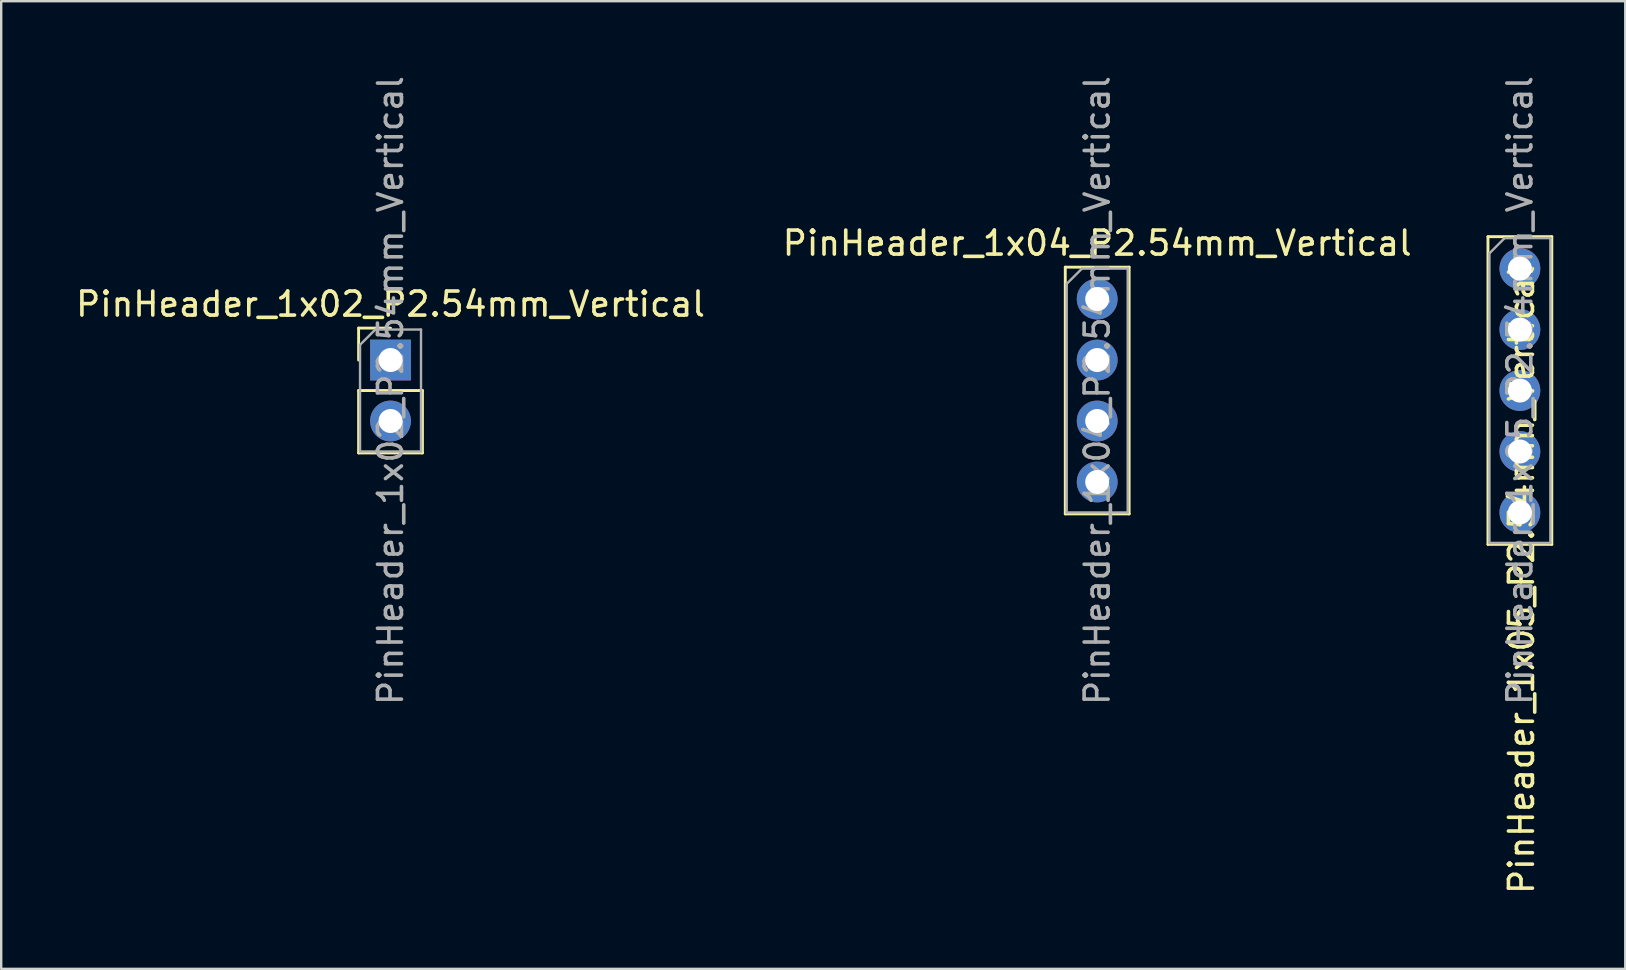
<source format=kicad_pcb>
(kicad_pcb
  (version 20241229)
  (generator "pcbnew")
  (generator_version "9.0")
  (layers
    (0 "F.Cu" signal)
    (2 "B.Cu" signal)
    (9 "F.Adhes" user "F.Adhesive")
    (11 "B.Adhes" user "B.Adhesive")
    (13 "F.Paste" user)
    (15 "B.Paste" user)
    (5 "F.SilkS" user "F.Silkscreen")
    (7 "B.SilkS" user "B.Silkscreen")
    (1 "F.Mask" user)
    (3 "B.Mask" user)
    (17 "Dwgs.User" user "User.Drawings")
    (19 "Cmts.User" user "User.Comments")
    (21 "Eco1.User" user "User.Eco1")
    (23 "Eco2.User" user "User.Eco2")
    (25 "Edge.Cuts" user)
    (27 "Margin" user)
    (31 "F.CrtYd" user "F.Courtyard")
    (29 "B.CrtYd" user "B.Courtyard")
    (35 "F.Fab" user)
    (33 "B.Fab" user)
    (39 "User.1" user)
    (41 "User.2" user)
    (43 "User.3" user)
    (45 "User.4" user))
  (footprint "PinHeader_1x02_P2.54mm_Vertical"
    (layer "F.Cu")
    (at 13.22 11.95)
    (property "Reference" "PinHeader_1x02_P2.54mm_Vertical" (at 0 -2.33 0) (layer "F.SilkS") (effects (font (size 1 1) (thickness 0.15))))
    (attr through_hole)
    (fp_line (start -1.33 -1.33) (end 0 -1.33) (stroke (width 0.12) (type solid)) (layer "F.SilkS"))
    (fp_line (start -1.33 0) (end -1.33 -1.33) (stroke (width 0.12) (type solid)) (layer "F.SilkS"))
    (fp_line (start -1.33 1.27) (end -1.33 3.87) (stroke (width 0.12) (type solid)) (layer "F.SilkS"))
    (fp_line (start -1.33 1.27) (end 1.33 1.27) (stroke (width 0.12) (type solid)) (layer "F.SilkS"))
    (fp_line (start -1.33 3.87) (end 1.33 3.87) (stroke (width 0.12) (type solid)) (layer "F.SilkS"))
    (fp_line (start 1.33 1.27) (end 1.33 3.87) (stroke (width 0.12) (type solid)) (layer "F.SilkS"))
    (fp_line (start -1.27 -0.635) (end -0.635 -1.27) (stroke (width 0.1) (type solid)) (layer "F.Fab"))
    (fp_line (start -1.27 3.81) (end -1.27 -0.635) (stroke (width 0.1) (type solid)) (layer "F.Fab"))
    (fp_line (start -0.635 -1.27) (end 1.27 -1.27) (stroke (width 0.1) (type solid)) (layer "F.Fab"))
    (fp_line (start 1.27 -1.27) (end 1.27 3.81) (stroke (width 0.1) (type solid)) (layer "F.Fab"))
    (fp_line (start 1.27 3.81) (end -1.27 3.81) (stroke (width 0.1) (type solid)) (layer "F.Fab"))
    (fp_text user "${REFERENCE}" (at 0 1.27 90) (layer "F.Fab") (effects (font (size 1 1) (thickness 0.15))))
    (pad "1" thru_hole rect (at 0 0) (size 1.7 1.7) (drill 1) (layers "*.Cu" "*.Mask"))
    (pad "2" thru_hole oval (at 0 2.54) (size 1.7 1.7) (drill 1) (layers "*.Cu" "*.Mask")))
  (footprint "PinHeader_1x04_P2.54mm_Vertical"
    (layer "F.Cu")
    (at 42.661 9.41)
    (property "Reference" "PinHeader_1x04_P2.54mm_Vertical" (at 0 -2.33 0) (layer "F.SilkS") (effects (font (size 1 1) (thickness 0.15))))
    (attr through_hole)
    (fp_line (start -1.33 -1.33) (end -1.33 8.95) (stroke (width 0.12) (type solid)) (layer "F.SilkS"))
    (fp_line (start -1.33 -1.33) (end 1.33 -1.33) (stroke (width 0.12) (type solid)) (layer "F.SilkS"))
    (fp_line (start -1.33 8.95) (end 1.33 8.95) (stroke (width 0.12) (type solid)) (layer "F.SilkS"))
    (fp_line (start 1.33 -1.33) (end 1.33 8.95) (stroke (width 0.12) (type solid)) (layer "F.SilkS"))
    (fp_line (start -1.27 -0.635) (end -0.635 -1.27) (stroke (width 0.1) (type solid)) (layer "F.Fab"))
    (fp_line (start -1.27 8.89) (end -1.27 -0.635) (stroke (width 0.1) (type solid)) (layer "F.Fab"))
    (fp_line (start -0.635 -1.27) (end 1.27 -1.27) (stroke (width 0.1) (type solid)) (layer "F.Fab"))
    (fp_line (start 1.27 -1.27) (end 1.27 8.89) (stroke (width 0.1) (type solid)) (layer "F.Fab"))
    (fp_line (start 1.27 8.89) (end -1.27 8.89) (stroke (width 0.1) (type solid)) (layer "F.Fab"))
    (fp_text user "${REFERENCE}" (at 0 3.81 90) (layer "F.Fab") (effects (font (size 1 1) (thickness 0.15))))
    (pad "1" thru_hole circle (at 0 0) (size 1.7 1.7) (drill 1) (layers "*.Cu" "*.Mask"))
    (pad "2" thru_hole oval (at 0 2.54) (size 1.7 1.7) (drill 1) (layers "*.Cu" "*.Mask"))
    (pad "3" thru_hole oval (at 0 5.08) (size 1.7 1.7) (drill 1) (layers "*.Cu" "*.Mask"))
    (pad "4" thru_hole oval (at 0 7.62) (size 1.7 1.7) (drill 1) (layers "*.Cu" "*.Mask")))
  (footprint "PinHeader_1x05_P2.54mm_Vertical"
    (layer "F.Cu")
    (at 60.271 8.14)
    (property "Reference" "PinHeader_1x05_P2.54mm_Vertical" (at 0.068 12.954 90) (layer "F.SilkS") (effects (font (size 1 1) (thickness 0.15))))
    (attr through_hole)
    (fp_line (start -1.33 -1.33) (end -1.33 11.49) (stroke (width 0.12) (type solid)) (layer "F.SilkS"))
    (fp_line (start -1.33 -1.33) (end 1.33 -1.33) (stroke (width 0.12) (type solid)) (layer "F.SilkS"))
    (fp_line (start -1.33 11.49) (end 1.33 11.49) (stroke (width 0.12) (type solid)) (layer "F.SilkS"))
    (fp_line (start 1.33 -1.33) (end 1.33 11.49) (stroke (width 0.12) (type solid)) (layer "F.SilkS"))
    (fp_line (start -1.27 -0.635) (end -0.635 -1.27) (stroke (width 0.1) (type solid)) (layer "F.Fab"))
    (fp_line (start -1.27 11.43) (end -1.27 -0.635) (stroke (width 0.1) (type solid)) (layer "F.Fab"))
    (fp_line (start -0.635 -1.27) (end 1.27 -1.27) (stroke (width 0.1) (type solid)) (layer "F.Fab"))
    (fp_line (start 1.27 -1.27) (end 1.27 11.43) (stroke (width 0.1) (type solid)) (layer "F.Fab"))
    (fp_line (start 1.27 11.43) (end -1.27 11.43) (stroke (width 0.1) (type solid)) (layer "F.Fab"))
    (fp_text user "${REFERENCE}" (at 0 5.08 270) (layer "F.Fab") (effects (font (size 1 1) (thickness 0.15))))
    (pad "1" thru_hole circle (at 0 0) (size 1.7 1.7) (drill 1) (layers "*.Cu" "*.Mask"))
    (pad "2" thru_hole oval (at 0 2.54) (size 1.7 1.7) (drill 1) (layers "*.Cu" "*.Mask"))
    (pad "3" thru_hole oval (at 0 5.08) (size 1.7 1.7) (drill 1) (layers "*.Cu" "*.Mask"))
    (pad "4" thru_hole oval (at 0 7.62) (size 1.7 1.7) (drill 1) (layers "*.Cu" "*.Mask"))
    (pad "5" thru_hole oval (at 0 10.16) (size 1.7 1.7) (drill 1) (layers "*.Cu" "*.Mask")))
  (gr_rect
    (start -3 -3)
    (end 64.661 37.314)
    (stroke (width 0.1) (type default))
    (fill no)
    (layer "Edge.Cuts")))
</source>
